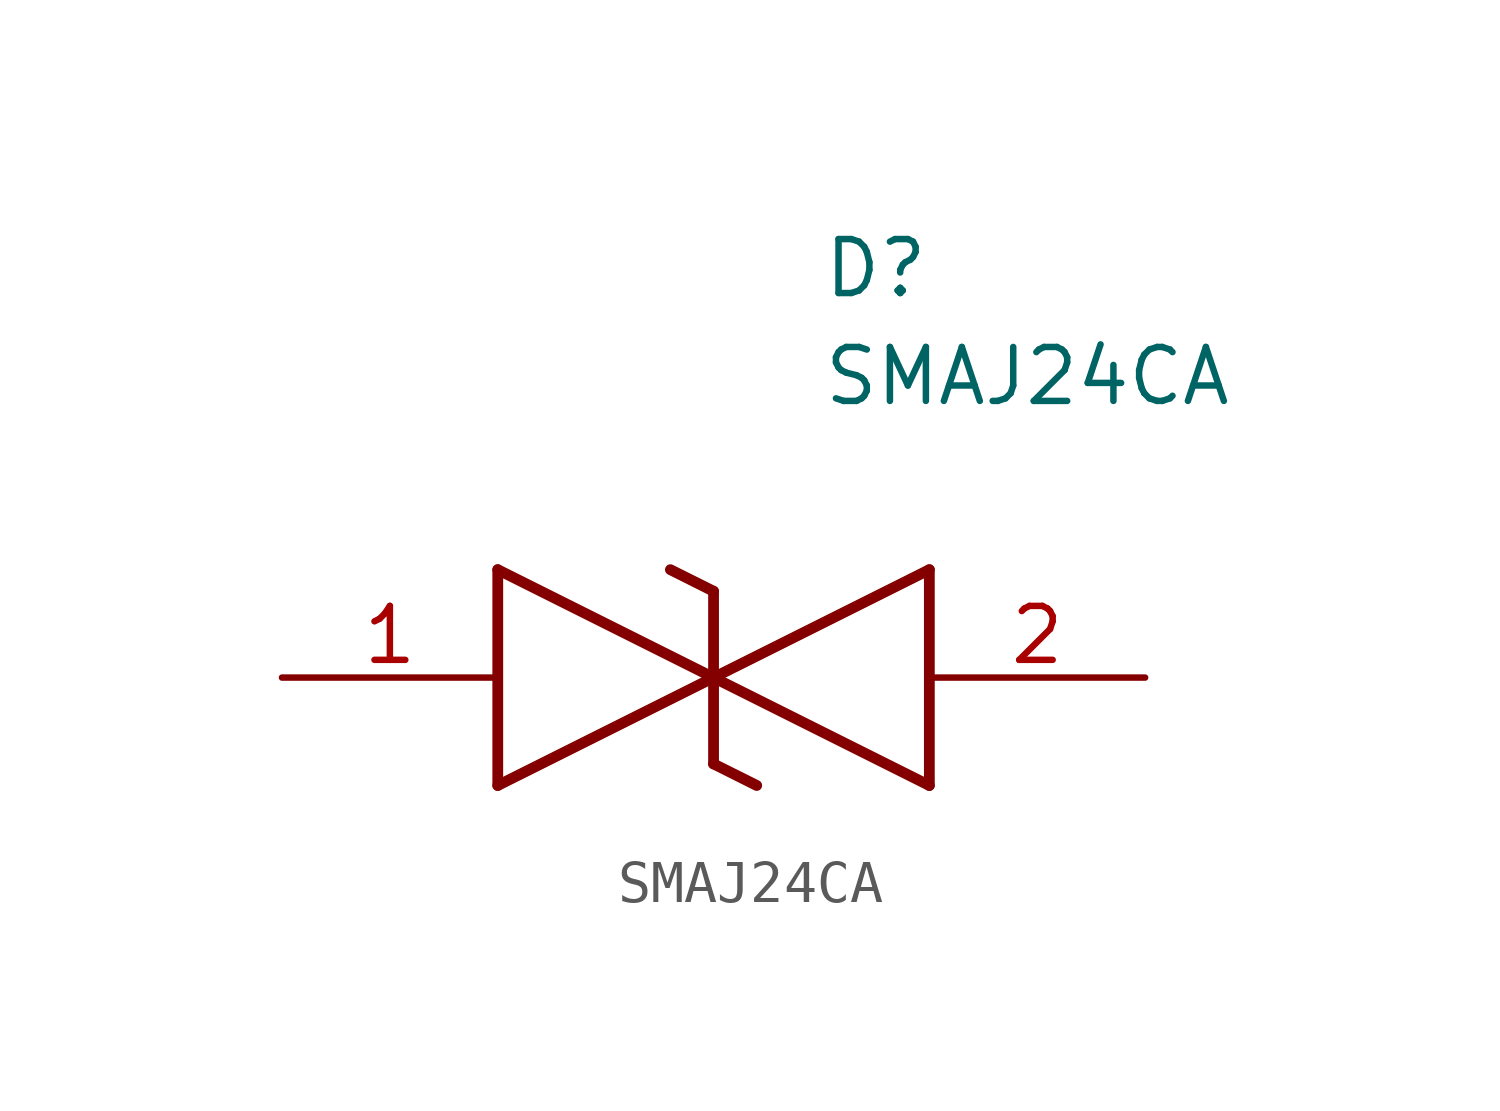
<source format=kicad_sym>
(kicad_symbol_lib
  (version 20220914)
  (generator SamacSys_ECAD_Model)
  (symbol "SMAJ24CA"
    (pin_names hide)
    (property "Reference" "D"
      (at 12.7 8.89 0)
      (effects (font (size 1.27 1.27)) (justify left bottom)))
    (property "Value" "SMAJ24CA"
      (at 12.7 6.35 0)
      (effects (font (size 1.27 1.27)) (justify left bottom)))
    (polyline
      (pts (xy 10.16 0) (xy 5.08 -2.54))
      (stroke (width 0.254) (type default))
      (fill (type none)))
    (polyline
      (pts (xy 5.08 2.54) (xy 5.08 -2.54))
      (stroke (width 0.254) (type default))
      (fill (type none)))
    (polyline
      (pts (xy 5.08 2.54) (xy 10.16 0))
      (stroke (width 0.254) (type default))
      (fill (type none)))
    (polyline
      (pts (xy 10.16 0) (xy 15.24 -2.54))
      (stroke (width 0.254) (type default))
      (fill (type none)))
    (polyline
      (pts (xy 15.24 2.54) (xy 15.24 -2.54))
      (stroke (width 0.254) (type default))
      (fill (type none)))
    (polyline
      (pts (xy 15.24 2.54) (xy 10.16 0))
      (stroke (width 0.254) (type default))
      (fill (type none)))
    (polyline
      (pts (xy 10.16 -2.032) (xy 10.16 2.032))
      (stroke (width 0.254) (type default))
      (fill (type none)))
    (polyline
      (pts (xy 9.144 2.54) (xy 10.16 2.032))
      (stroke (width 0.254) (type default))
      (fill (type none)))
    (polyline
      (pts (xy 10.16 -2.032) (xy 11.176 -2.54))
      (stroke (width 0.254) (type default))
      (fill (type none)))
    (pin passive line
      (at 0 0 0)
      (length 5.08)
      (name "1" (effects (font (size 1.27 1.27))))
      (number "1" (effects (font (size 1.27 1.27)))))
    (pin passive line
      (at 20.32 0 180)
      (length 5.08)
      (name "2" (effects (font (size 1.27 1.27))))
      (number "2" (effects (font (size 1.27 1.27)))))))
</source>
